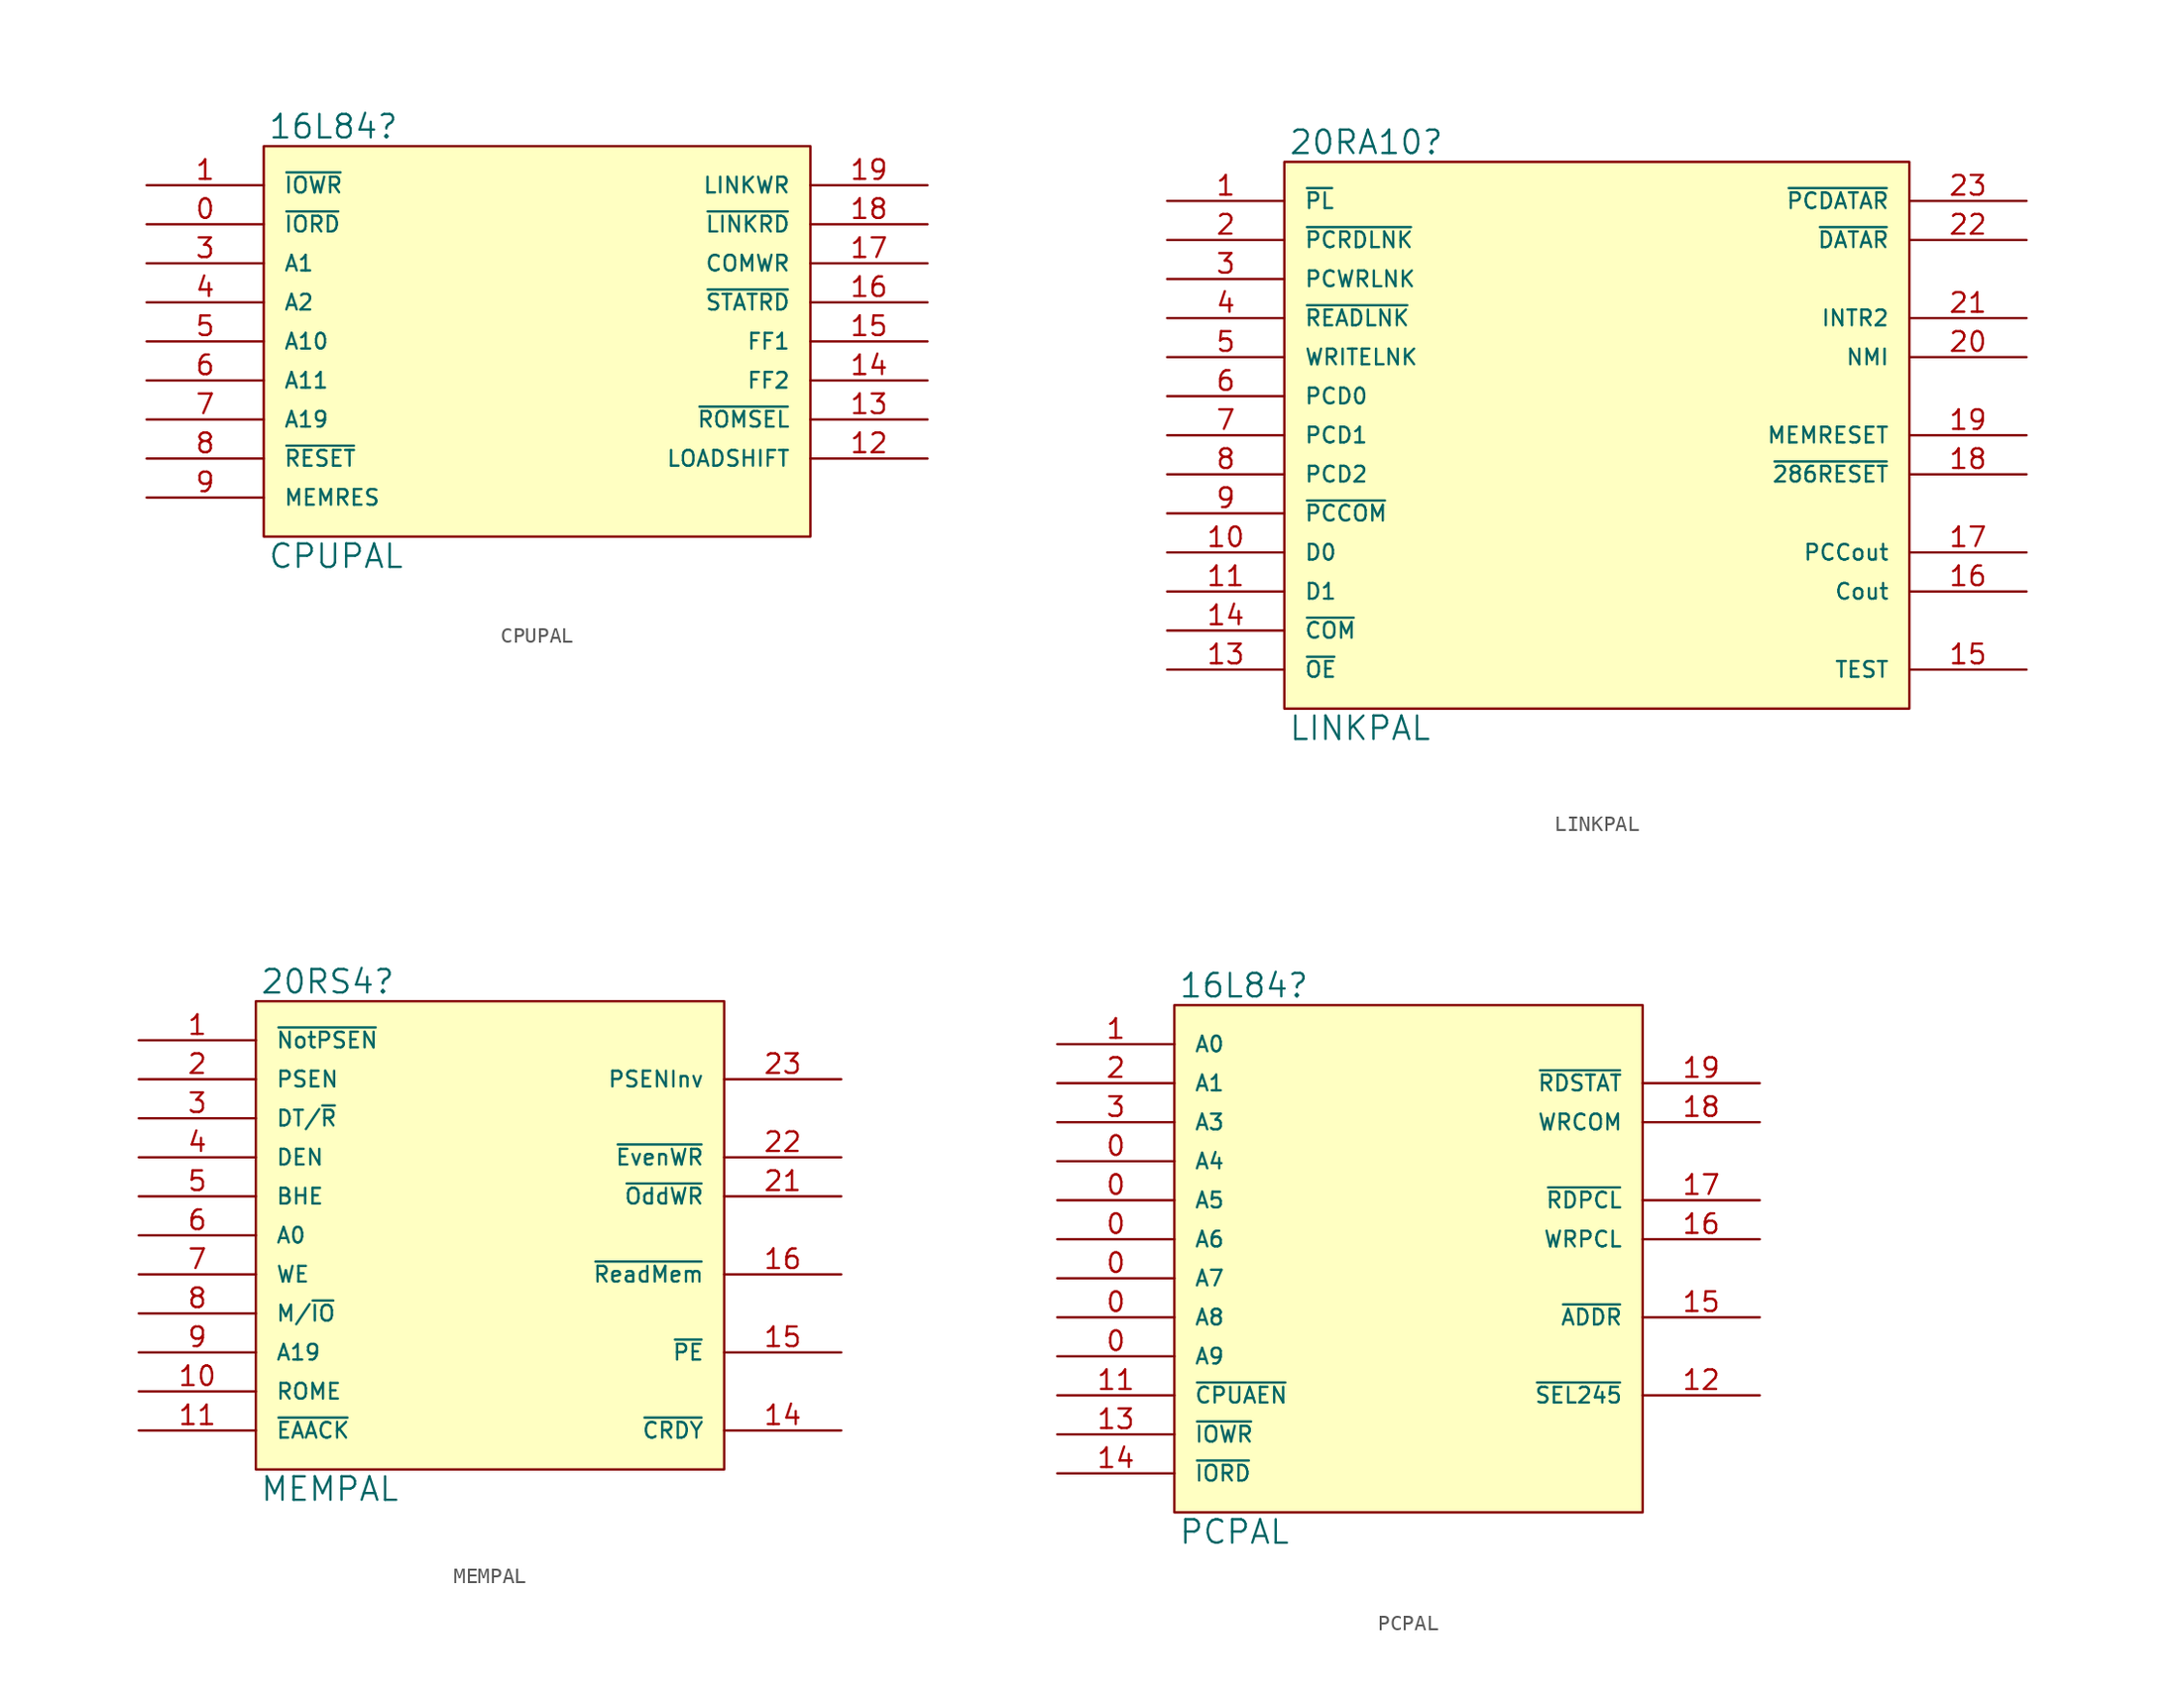
<source format=kicad_sym>
(kicad_symbol_lib
  (version 20231120)
  (generator "kicad_symbol_editor")
  (generator_version "8.0")
  (symbol "CPUPAL"
    (pin_names
      (offset 1.27))
    (property "Reference" "16L84"
      (at 0.254 0.381 0)
      (effects (font (size 1.524 1.524)) (justify left bottom)))
    (property "Value" "CPUPAL"
      (at 0.254 -25.781 0)
      (effects (font (size 1.524 1.524)) (justify left top)))
    (symbol "CPUPAL_0_1"
      (rectangle (start 0 0) (end 35.56 -25.4) (stroke (width 0) (type solid)) (fill (type background))))
    (symbol "CPUPAL_1_1"
      (pin passive line (at -7.62 -5.08 0) (length 7.62) (name "~{IORD}" (effects (font (size 1.016 1.016)))) (number "0" (effects (font (size 1.27 1.27)))))
      (pin input line (at -7.62 -2.54 0) (length 7.62) (name "~{IOWR}" (effects (font (size 1.016 1.016)))) (number "1" (effects (font (size 1.27 1.27)))))
      (pin power_in line (at 10.16 -25.4 90) (length 0) hide (name "GND" (effects (font (size 1.016 1.016)))) (number "10" (effects (font (size 1.27 1.27)))))
      (pin output line (at 43.18 -20.32 180) (length 7.62) (name "LOADSHIFT" (effects (font (size 1.016 1.016)))) (number "12" (effects (font (size 1.27 1.27)))))
      (pin output line (at 43.18 -17.78 180) (length 7.62) (name "~{ROMSEL}" (effects (font (size 1.016 1.016)))) (number "13" (effects (font (size 1.27 1.27)))))
      (pin output line (at 43.18 -15.24 180) (length 7.62) (name "FF2" (effects (font (size 1.016 1.016)))) (number "14" (effects (font (size 1.27 1.27)))))
      (pin output line (at 43.18 -12.7 180) (length 7.62) (name "FF1" (effects (font (size 1.016 1.016)))) (number "15" (effects (font (size 1.27 1.27)))))
      (pin output line (at 43.18 -10.16 180) (length 7.62) (name "~{STATRD}" (effects (font (size 1.016 1.016)))) (number "16" (effects (font (size 1.27 1.27)))))
      (pin output line (at 43.18 -7.62 180) (length 7.62) (name "COMWR" (effects (font (size 1.016 1.016)))) (number "17" (effects (font (size 1.27 1.27)))))
      (pin output line (at 43.18 -5.08 180) (length 7.62) (name "~{LINKRD}" (effects (font (size 1.016 1.016)))) (number "18" (effects (font (size 1.27 1.27)))))
      (pin output line (at 43.18 -2.54 180) (length 7.62) (name "LINKWR" (effects (font (size 1.016 1.016)))) (number "19" (effects (font (size 1.27 1.27)))))
      (pin power_in line (at 10.16 0 270) (length 0) hide (name "VCC" (effects (font (size 1.016 1.016)))) (number "20" (effects (font (size 1.27 1.27)))))
      (pin input line (at -7.62 -7.62 0) (length 7.62) (name "A1" (effects (font (size 1.016 1.016)))) (number "3" (effects (font (size 1.27 1.27)))))
      (pin input line (at -7.62 -10.16 0) (length 7.62) (name "A2" (effects (font (size 1.016 1.016)))) (number "4" (effects (font (size 1.27 1.27)))))
      (pin input line (at -7.62 -12.7 0) (length 7.62) (name "A10" (effects (font (size 1.016 1.016)))) (number "5" (effects (font (size 1.27 1.27)))))
      (pin input line (at -7.62 -15.24 0) (length 7.62) (name "A11" (effects (font (size 1.016 1.016)))) (number "6" (effects (font (size 1.27 1.27)))))
      (pin input line (at -7.62 -17.78 0) (length 7.62) (name "A19" (effects (font (size 1.016 1.016)))) (number "7" (effects (font (size 1.27 1.27)))))
      (pin input line (at -7.62 -20.32 0) (length 7.62) (name "~{RESET}" (effects (font (size 1.016 1.016)))) (number "8" (effects (font (size 1.27 1.27)))))
      (pin input line (at -7.62 -22.86 0) (length 7.62) (name "MEMRES" (effects (font (size 1.016 1.016)))) (number "9" (effects (font (size 1.27 1.27)))))))
  (symbol "LINKPAL"
    (pin_names
      (offset 1.27))
    (property "Reference" "20RA10"
      (at 0.254 0.381 0)
      (effects (font (size 1.524 1.524)) (justify left bottom)))
    (property "Value" "LINKPAL"
      (at 0.254 -35.941 0)
      (effects (font (size 1.524 1.524)) (justify left top)))
    (symbol "LINKPAL_0_1"
      (rectangle (start 0 0) (end 40.64 -35.56) (stroke (width 0) (type solid)) (fill (type background))))
    (symbol "LINKPAL_1_1"
      (pin input line (at -7.62 -2.54 0) (length 7.62) (name "~{PL}" (effects (font (size 1.016 1.016)))) (number "1" (effects (font (size 1.27 1.27)))))
      (pin input line (at -7.62 -25.4 0) (length 7.62) (name "D0" (effects (font (size 1.016 1.016)))) (number "10" (effects (font (size 1.27 1.27)))))
      (pin input line (at -7.62 -27.94 0) (length 7.62) (name "D1" (effects (font (size 1.016 1.016)))) (number "11" (effects (font (size 1.27 1.27)))))
      (pin power_in line (at 10.16 -35.56 90) (length 0) hide (name "GND" (effects (font (size 1.016 1.016)))) (number "12" (effects (font (size 1.27 1.27)))))
      (pin input line (at -7.62 -33.02 0) (length 7.62) (name "~{OE}" (effects (font (size 1.016 1.016)))) (number "13" (effects (font (size 1.27 1.27)))))
      (pin input line (at -7.62 -30.48 0) (length 7.62) (name "~{COM}" (effects (font (size 1.016 1.016)))) (number "14" (effects (font (size 1.27 1.27)))))
      (pin output line (at 48.26 -33.02 180) (length 7.62) (name "TEST" (effects (font (size 1.016 1.016)))) (number "15" (effects (font (size 1.27 1.27)))))
      (pin output line (at 48.26 -27.94 180) (length 7.62) (name "Cout" (effects (font (size 1.016 1.016)))) (number "16" (effects (font (size 1.27 1.27)))))
      (pin output line (at 48.26 -25.4 180) (length 7.62) (name "PCCout" (effects (font (size 1.016 1.016)))) (number "17" (effects (font (size 1.27 1.27)))))
      (pin output line (at 48.26 -20.32 180) (length 7.62) (name "~{286RESET}" (effects (font (size 1.016 1.016)))) (number "18" (effects (font (size 1.27 1.27)))))
      (pin output line (at 48.26 -17.78 180) (length 7.62) (name "MEMRESET" (effects (font (size 1.016 1.016)))) (number "19" (effects (font (size 1.27 1.27)))))
      (pin input line (at -7.62 -5.08 0) (length 7.62) (name "~{PCRDLNK}" (effects (font (size 1.016 1.016)))) (number "2" (effects (font (size 1.27 1.27)))))
      (pin output line (at 48.26 -12.7 180) (length 7.62) (name "NMI" (effects (font (size 1.016 1.016)))) (number "20" (effects (font (size 1.27 1.27)))))
      (pin output line (at 48.26 -10.16 180) (length 7.62) (name "INTR2" (effects (font (size 1.016 1.016)))) (number "21" (effects (font (size 1.27 1.27)))))
      (pin output line (at 48.26 -5.08 180) (length 7.62) (name "~{DATAR}" (effects (font (size 1.016 1.016)))) (number "22" (effects (font (size 1.27 1.27)))))
      (pin output line (at 48.26 -2.54 180) (length 7.62) (name "~{PCDATAR}" (effects (font (size 1.016 1.016)))) (number "23" (effects (font (size 1.27 1.27)))))
      (pin power_in line (at 10.16 0 270) (length 0) hide (name "VCC" (effects (font (size 1.016 1.016)))) (number "24" (effects (font (size 1.27 1.27)))))
      (pin input line (at -7.62 -7.62 0) (length 7.62) (name "PCWRLNK" (effects (font (size 1.016 1.016)))) (number "3" (effects (font (size 1.27 1.27)))))
      (pin input line (at -7.62 -10.16 0) (length 7.62) (name "~{READLNK}" (effects (font (size 1.016 1.016)))) (number "4" (effects (font (size 1.27 1.27)))))
      (pin input line (at -7.62 -12.7 0) (length 7.62) (name "WRITELNK" (effects (font (size 1.016 1.016)))) (number "5" (effects (font (size 1.27 1.27)))))
      (pin input line (at -7.62 -15.24 0) (length 7.62) (name "PCD0" (effects (font (size 1.016 1.016)))) (number "6" (effects (font (size 1.27 1.27)))))
      (pin input line (at -7.62 -17.78 0) (length 7.62) (name "PCD1" (effects (font (size 1.016 1.016)))) (number "7" (effects (font (size 1.27 1.27)))))
      (pin input line (at -7.62 -20.32 0) (length 7.62) (name "PCD2" (effects (font (size 1.016 1.016)))) (number "8" (effects (font (size 1.27 1.27)))))
      (pin input line (at -7.62 -22.86 0) (length 7.62) (name "~{PCCOM}" (effects (font (size 1.016 1.016)))) (number "9" (effects (font (size 1.27 1.27)))))))
  (symbol "MEMPAL"
    (pin_names
      (offset 1.27))
    (property "Reference" "20RS4"
      (at 0.254 0.381 0)
      (effects (font (size 1.524 1.524)) (justify left bottom)))
    (property "Value" "MEMPAL"
      (at 0.254 -30.861 0)
      (effects (font (size 1.524 1.524)) (justify left top)))
    (symbol "MEMPAL_0_1"
      (rectangle (start 0 0) (end 30.48 -30.48) (stroke (width 0) (type solid)) (fill (type background))))
    (symbol "MEMPAL_1_1"
      (pin input line (at -7.62 -2.54 0) (length 7.62) (name "~{NotPSEN}" (effects (font (size 1.016 1.016)))) (number "1" (effects (font (size 1.27 1.27)))))
      (pin input line (at -7.62 -25.4 0) (length 7.62) (name "ROME" (effects (font (size 1.016 1.016)))) (number "10" (effects (font (size 1.27 1.27)))))
      (pin input line (at -7.62 -27.94 0) (length 7.62) (name "~{EAACK}" (effects (font (size 1.016 1.016)))) (number "11" (effects (font (size 1.27 1.27)))))
      (pin power_in line (at 10.16 -30.48 90) (length 0) hide (name "GND" (effects (font (size 1.016 1.016)))) (number "12" (effects (font (size 1.27 1.27)))))
      (pin output line (at 38.1 -27.94 180) (length 7.62) (name "~{CRDY}" (effects (font (size 1.016 1.016)))) (number "14" (effects (font (size 1.27 1.27)))))
      (pin output line (at 38.1 -22.86 180) (length 7.62) (name "~{PE}" (effects (font (size 1.016 1.016)))) (number "15" (effects (font (size 1.27 1.27)))))
      (pin output line (at 38.1 -17.78 180) (length 7.62) (name "~{ReadMem}" (effects (font (size 1.016 1.016)))) (number "16" (effects (font (size 1.27 1.27)))))
      (pin input line (at -7.62 -5.08 0) (length 7.62) (name "PSEN" (effects (font (size 1.016 1.016)))) (number "2" (effects (font (size 1.27 1.27)))))
      (pin output line (at 38.1 -12.7 180) (length 7.62) (name "~{OddWR}" (effects (font (size 1.016 1.016)))) (number "21" (effects (font (size 1.27 1.27)))))
      (pin output line (at 38.1 -10.16 180) (length 7.62) (name "~{EvenWR}" (effects (font (size 1.016 1.016)))) (number "22" (effects (font (size 1.27 1.27)))))
      (pin output line (at 38.1 -5.08 180) (length 7.62) (name "PSENInv" (effects (font (size 1.016 1.016)))) (number "23" (effects (font (size 1.27 1.27)))))
      (pin power_in line (at 10.16 0 270) (length 0) hide (name "VCC" (effects (font (size 1.016 1.016)))) (number "24" (effects (font (size 1.27 1.27)))))
      (pin input line (at -7.62 -7.62 0) (length 7.62) (name "DT/~{R}" (effects (font (size 1.016 1.016)))) (number "3" (effects (font (size 1.27 1.27)))))
      (pin input line (at -7.62 -10.16 0) (length 7.62) (name "DEN" (effects (font (size 1.016 1.016)))) (number "4" (effects (font (size 1.27 1.27)))))
      (pin input line (at -7.62 -12.7 0) (length 7.62) (name "BHE" (effects (font (size 1.016 1.016)))) (number "5" (effects (font (size 1.27 1.27)))))
      (pin input line (at -7.62 -15.24 0) (length 7.62) (name "A0" (effects (font (size 1.016 1.016)))) (number "6" (effects (font (size 1.27 1.27)))))
      (pin input line (at -7.62 -17.78 0) (length 7.62) (name "WE" (effects (font (size 1.016 1.016)))) (number "7" (effects (font (size 1.27 1.27)))))
      (pin input line (at -7.62 -20.32 0) (length 7.62) (name "M/~{IO}" (effects (font (size 1.016 1.016)))) (number "8" (effects (font (size 1.27 1.27)))))
      (pin input line (at -7.62 -22.86 0) (length 7.62) (name "A19" (effects (font (size 1.016 1.016)))) (number "9" (effects (font (size 1.27 1.27)))))))
  (symbol "PCPAL"
    (pin_names
      (offset 1.27))
    (property "Reference" "16L84"
      (at 0.254 0.381 0)
      (effects (font (size 1.524 1.524)) (justify left bottom)))
    (property "Value" "PCPAL"
      (at 0.254 -33.401 0)
      (effects (font (size 1.524 1.524)) (justify left top)))
    (symbol "PCPAL_0_1"
      (rectangle (start 0 0) (end 30.48 -33.02) (stroke (width 0) (type solid)) (fill (type background))))
    (symbol "PCPAL_1_1"
      (pin passive line (at -7.62 -10.16 0) (length 7.62) (name "A4" (effects (font (size 1.016 1.016)))) (number "0" (effects (font (size 1.27 1.27)))))
      (pin passive line (at -7.62 -12.7 0) (length 7.62) (name "A5" (effects (font (size 1.016 1.016)))) (number "0" (effects (font (size 1.27 1.27)))))
      (pin passive line (at -7.62 -15.24 0) (length 7.62) (name "A6" (effects (font (size 1.016 1.016)))) (number "0" (effects (font (size 1.27 1.27)))))
      (pin passive line (at -7.62 -17.78 0) (length 7.62) (name "A7" (effects (font (size 1.016 1.016)))) (number "0" (effects (font (size 1.27 1.27)))))
      (pin passive line (at -7.62 -20.32 0) (length 7.62) (name "A8" (effects (font (size 1.016 1.016)))) (number "0" (effects (font (size 1.27 1.27)))))
      (pin passive line (at -7.62 -22.86 0) (length 7.62) (name "A9" (effects (font (size 1.016 1.016)))) (number "0" (effects (font (size 1.27 1.27)))))
      (pin input line (at -7.62 -2.54 0) (length 7.62) (name "A0" (effects (font (size 1.016 1.016)))) (number "1" (effects (font (size 1.27 1.27)))))
      (pin power_in line (at 10.16 -33.02 90) (length 0) hide (name "GND" (effects (font (size 1.016 1.016)))) (number "10" (effects (font (size 1.27 1.27)))))
      (pin input line (at -7.62 -25.4 0) (length 7.62) (name "~{CPUAEN}" (effects (font (size 1.016 1.016)))) (number "11" (effects (font (size 1.27 1.27)))))
      (pin output line (at 38.1 -25.4 180) (length 7.62) (name "~{SEL245}" (effects (font (size 1.016 1.016)))) (number "12" (effects (font (size 1.27 1.27)))))
      (pin input line (at -7.62 -27.94 0) (length 7.62) (name "~{IOWR}" (effects (font (size 1.016 1.016)))) (number "13" (effects (font (size 1.27 1.27)))))
      (pin input line (at -7.62 -30.48 0) (length 7.62) (name "~{IORD}" (effects (font (size 1.016 1.016)))) (number "14" (effects (font (size 1.27 1.27)))))
      (pin output line (at 38.1 -20.32 180) (length 7.62) (name "~{ADDR}" (effects (font (size 1.016 1.016)))) (number "15" (effects (font (size 1.27 1.27)))))
      (pin output line (at 38.1 -15.24 180) (length 7.62) (name "WRPCL" (effects (font (size 1.016 1.016)))) (number "16" (effects (font (size 1.27 1.27)))))
      (pin output line (at 38.1 -12.7 180) (length 7.62) (name "~{RDPCL}" (effects (font (size 1.016 1.016)))) (number "17" (effects (font (size 1.27 1.27)))))
      (pin output line (at 38.1 -7.62 180) (length 7.62) (name "WRCOM" (effects (font (size 1.016 1.016)))) (number "18" (effects (font (size 1.27 1.27)))))
      (pin output line (at 38.1 -5.08 180) (length 7.62) (name "~{RDSTAT}" (effects (font (size 1.016 1.016)))) (number "19" (effects (font (size 1.27 1.27)))))
      (pin input line (at -7.62 -5.08 0) (length 7.62) (name "A1" (effects (font (size 1.016 1.016)))) (number "2" (effects (font (size 1.27 1.27)))))
      (pin power_in line (at 10.16 0 270) (length 0) hide (name "VCC" (effects (font (size 1.016 1.016)))) (number "20" (effects (font (size 1.27 1.27)))))
      (pin input line (at -7.62 -7.62 0) (length 7.62) (name "A3" (effects (font (size 1.016 1.016)))) (number "3" (effects (font (size 1.27 1.27))))))))
</source>
